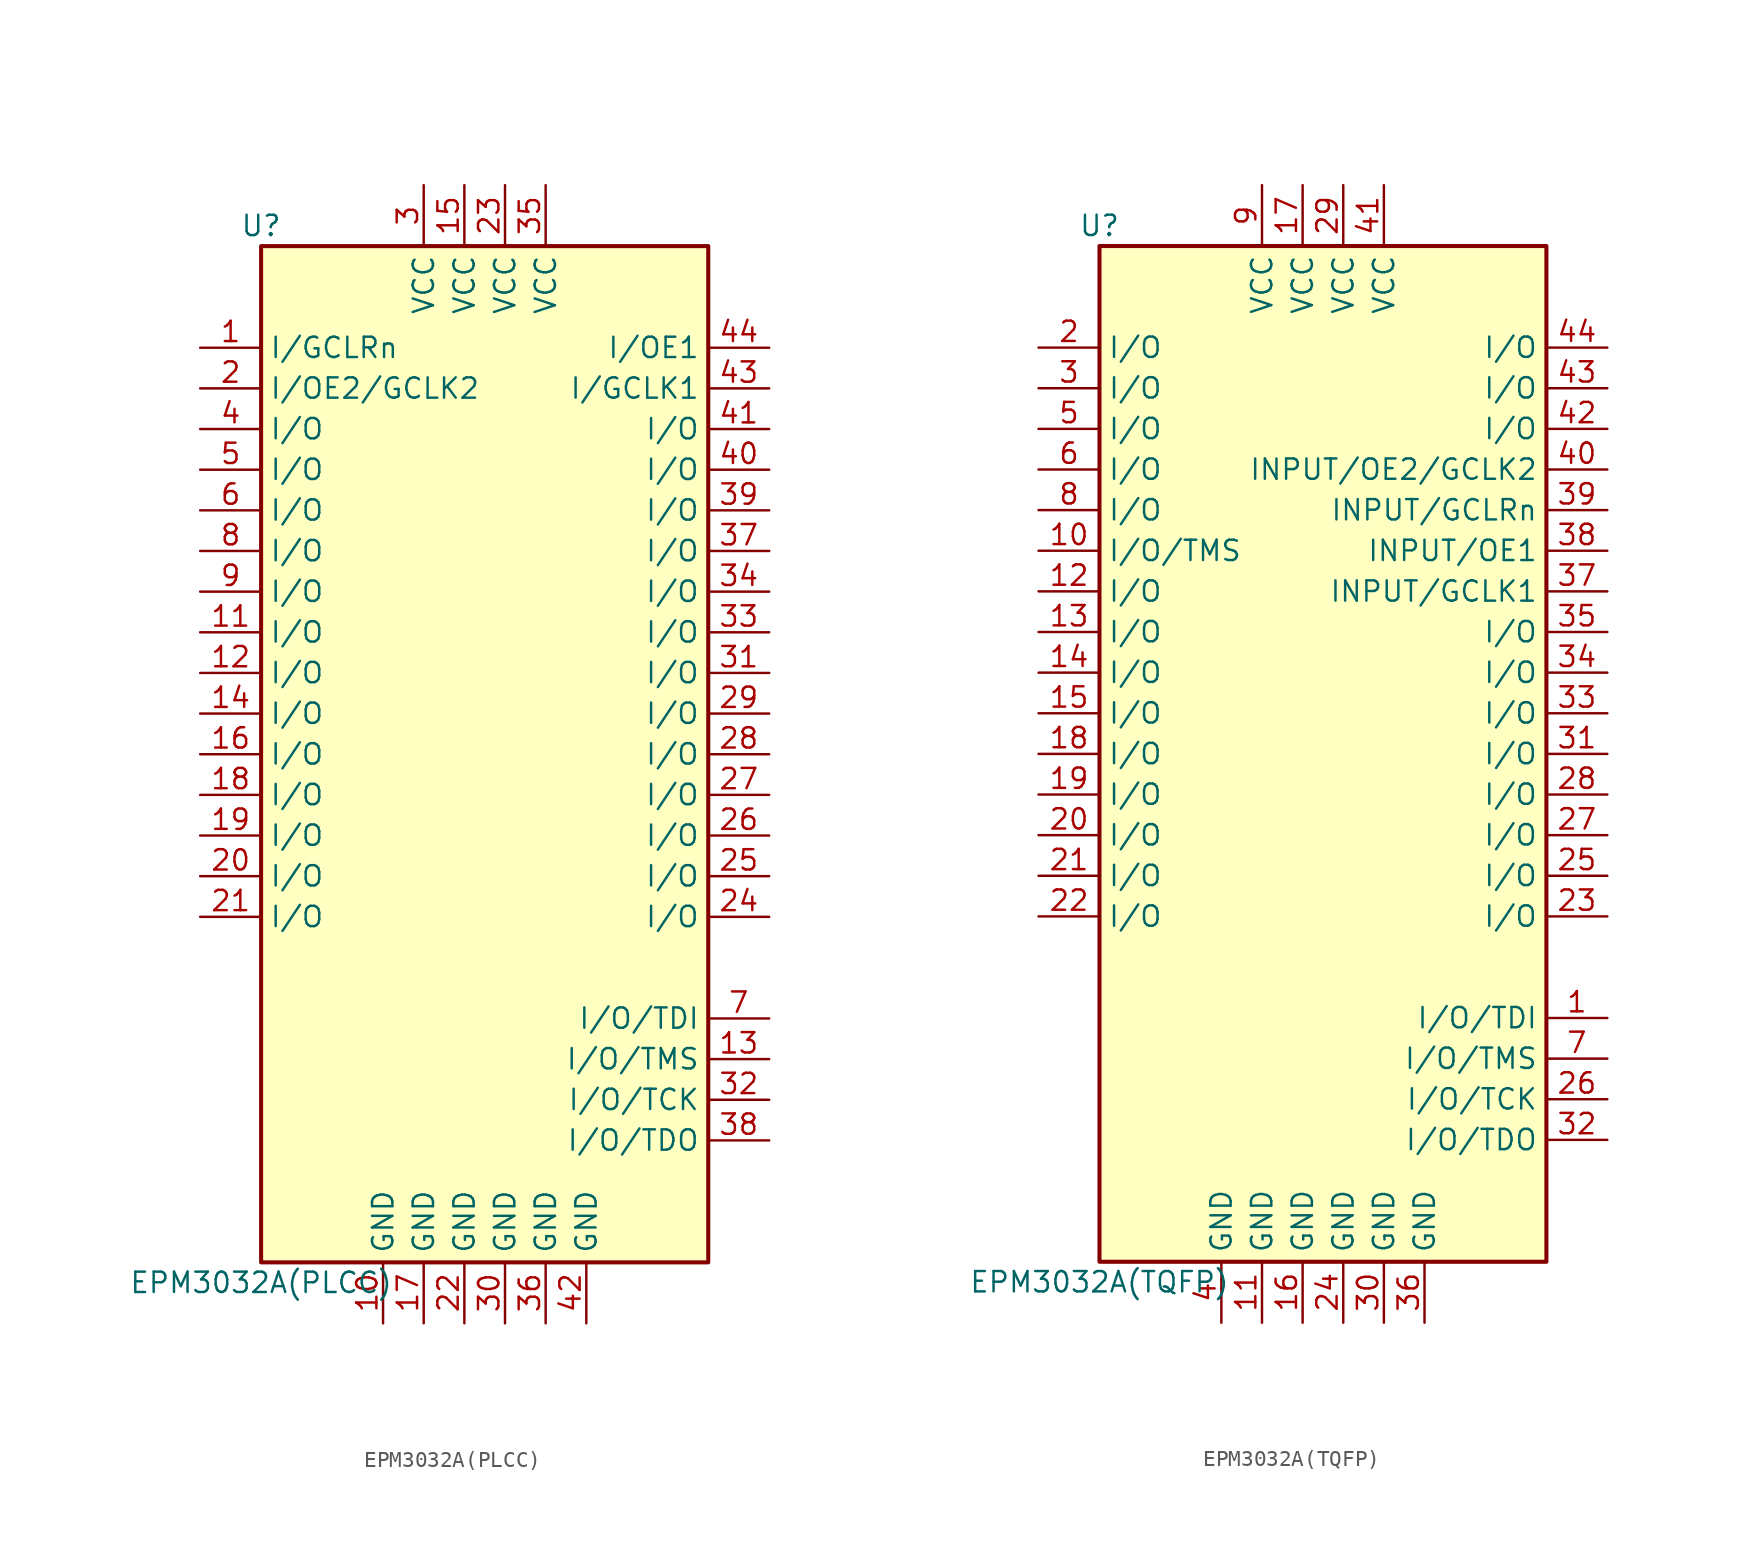
<source format=kicad_sym>
(kicad_symbol_lib
  (version 20211014)
  (generator kicad_symbol_editor)
  (symbol "EPM3032A(PLCC)"
    (property "Reference" "U"
      (at -13.97 33.02 0)
      (effects (font (size 1.27 1.27))))
    (property "Value" "EPM3032A(PLCC)"
      (at -13.97 -33.02 0)
      (effects (font (size 1.27 1.27))))
    (symbol "EPM3032A(PLCC)_1_1"
      (rectangle (start -13.97 31.75) (end 13.97 -31.75) (stroke (width 0.254) (type default) (color 0 0 0 0)) (fill (type background)))
      (pin input line (at -17.78 25.4 0) (length 3.81) (name "I/GCLRn" (effects (font (size 1.27 1.27)))) (number "1" (effects (font (size 1.27 1.27)))))
      (pin power_in line (at -6.35 -35.56 90) (length 3.81) (name "GND" (effects (font (size 1.27 1.27)))) (number "10" (effects (font (size 1.27 1.27)))))
      (pin bidirectional line (at -17.78 7.62 0) (length 3.81) (name "I/O" (effects (font (size 1.27 1.27)))) (number "11" (effects (font (size 1.27 1.27)))))
      (pin bidirectional line (at -17.78 5.08 0) (length 3.81) (name "I/O" (effects (font (size 1.27 1.27)))) (number "12" (effects (font (size 1.27 1.27)))))
      (pin bidirectional line (at 17.78 -19.05 180) (length 3.81) (name "I/O/TMS" (effects (font (size 1.27 1.27)))) (number "13" (effects (font (size 1.27 1.27)))))
      (pin bidirectional line (at -17.78 2.54 0) (length 3.81) (name "I/O" (effects (font (size 1.27 1.27)))) (number "14" (effects (font (size 1.27 1.27)))))
      (pin power_in line (at -1.27 35.56 270) (length 3.81) (name "VCC" (effects (font (size 1.27 1.27)))) (number "15" (effects (font (size 1.27 1.27)))))
      (pin bidirectional line (at -17.78 0 0) (length 3.81) (name "I/O" (effects (font (size 1.27 1.27)))) (number "16" (effects (font (size 1.27 1.27)))))
      (pin power_in line (at -3.81 -35.56 90) (length 3.81) (name "GND" (effects (font (size 1.27 1.27)))) (number "17" (effects (font (size 1.27 1.27)))))
      (pin bidirectional line (at -17.78 -2.54 0) (length 3.81) (name "I/O" (effects (font (size 1.27 1.27)))) (number "18" (effects (font (size 1.27 1.27)))))
      (pin bidirectional line (at -17.78 -5.08 0) (length 3.81) (name "I/O" (effects (font (size 1.27 1.27)))) (number "19" (effects (font (size 1.27 1.27)))))
      (pin input line (at -17.78 22.86 0) (length 3.81) (name "I/OE2/GCLK2" (effects (font (size 1.27 1.27)))) (number "2" (effects (font (size 1.27 1.27)))))
      (pin bidirectional line (at -17.78 -7.62 0) (length 3.81) (name "I/O" (effects (font (size 1.27 1.27)))) (number "20" (effects (font (size 1.27 1.27)))))
      (pin bidirectional line (at -17.78 -10.16 0) (length 3.81) (name "I/O" (effects (font (size 1.27 1.27)))) (number "21" (effects (font (size 1.27 1.27)))))
      (pin power_in line (at -1.27 -35.56 90) (length 3.81) (name "GND" (effects (font (size 1.27 1.27)))) (number "22" (effects (font (size 1.27 1.27)))))
      (pin power_in line (at 1.27 35.56 270) (length 3.81) (name "VCC" (effects (font (size 1.27 1.27)))) (number "23" (effects (font (size 1.27 1.27)))))
      (pin bidirectional line (at 17.78 -10.16 180) (length 3.81) (name "I/O" (effects (font (size 1.27 1.27)))) (number "24" (effects (font (size 1.27 1.27)))))
      (pin bidirectional line (at 17.78 -7.62 180) (length 3.81) (name "I/O" (effects (font (size 1.27 1.27)))) (number "25" (effects (font (size 1.27 1.27)))))
      (pin bidirectional line (at 17.78 -5.08 180) (length 3.81) (name "I/O" (effects (font (size 1.27 1.27)))) (number "26" (effects (font (size 1.27 1.27)))))
      (pin bidirectional line (at 17.78 -2.54 180) (length 3.81) (name "I/O" (effects (font (size 1.27 1.27)))) (number "27" (effects (font (size 1.27 1.27)))))
      (pin bidirectional line (at 17.78 0 180) (length 3.81) (name "I/O" (effects (font (size 1.27 1.27)))) (number "28" (effects (font (size 1.27 1.27)))))
      (pin bidirectional line (at 17.78 2.54 180) (length 3.81) (name "I/O" (effects (font (size 1.27 1.27)))) (number "29" (effects (font (size 1.27 1.27)))))
      (pin power_in line (at -3.81 35.56 270) (length 3.81) (name "VCC" (effects (font (size 1.27 1.27)))) (number "3" (effects (font (size 1.27 1.27)))))
      (pin power_in line (at 1.27 -35.56 90) (length 3.81) (name "GND" (effects (font (size 1.27 1.27)))) (number "30" (effects (font (size 1.27 1.27)))))
      (pin bidirectional line (at 17.78 5.08 180) (length 3.81) (name "I/O" (effects (font (size 1.27 1.27)))) (number "31" (effects (font (size 1.27 1.27)))))
      (pin bidirectional line (at 17.78 -21.59 180) (length 3.81) (name "I/O/TCK" (effects (font (size 1.27 1.27)))) (number "32" (effects (font (size 1.27 1.27)))))
      (pin bidirectional line (at 17.78 7.62 180) (length 3.81) (name "I/O" (effects (font (size 1.27 1.27)))) (number "33" (effects (font (size 1.27 1.27)))))
      (pin bidirectional line (at 17.78 10.16 180) (length 3.81) (name "I/O" (effects (font (size 1.27 1.27)))) (number "34" (effects (font (size 1.27 1.27)))))
      (pin power_in line (at 3.81 35.56 270) (length 3.81) (name "VCC" (effects (font (size 1.27 1.27)))) (number "35" (effects (font (size 1.27 1.27)))))
      (pin power_in line (at 3.81 -35.56 90) (length 3.81) (name "GND" (effects (font (size 1.27 1.27)))) (number "36" (effects (font (size 1.27 1.27)))))
      (pin bidirectional line (at 17.78 12.7 180) (length 3.81) (name "I/O" (effects (font (size 1.27 1.27)))) (number "37" (effects (font (size 1.27 1.27)))))
      (pin bidirectional line (at 17.78 -24.13 180) (length 3.81) (name "I/O/TDO" (effects (font (size 1.27 1.27)))) (number "38" (effects (font (size 1.27 1.27)))))
      (pin bidirectional line (at 17.78 15.24 180) (length 3.81) (name "I/O" (effects (font (size 1.27 1.27)))) (number "39" (effects (font (size 1.27 1.27)))))
      (pin bidirectional line (at -17.78 20.32 0) (length 3.81) (name "I/O" (effects (font (size 1.27 1.27)))) (number "4" (effects (font (size 1.27 1.27)))))
      (pin bidirectional line (at 17.78 17.78 180) (length 3.81) (name "I/O" (effects (font (size 1.27 1.27)))) (number "40" (effects (font (size 1.27 1.27)))))
      (pin bidirectional line (at 17.78 20.32 180) (length 3.81) (name "I/O" (effects (font (size 1.27 1.27)))) (number "41" (effects (font (size 1.27 1.27)))))
      (pin power_in line (at 6.35 -35.56 90) (length 3.81) (name "GND" (effects (font (size 1.27 1.27)))) (number "42" (effects (font (size 1.27 1.27)))))
      (pin input line (at 17.78 22.86 180) (length 3.81) (name "I/GCLK1" (effects (font (size 1.27 1.27)))) (number "43" (effects (font (size 1.27 1.27)))))
      (pin input line (at 17.78 25.4 180) (length 3.81) (name "I/OE1" (effects (font (size 1.27 1.27)))) (number "44" (effects (font (size 1.27 1.27)))))
      (pin bidirectional line (at -17.78 17.78 0) (length 3.81) (name "I/O" (effects (font (size 1.27 1.27)))) (number "5" (effects (font (size 1.27 1.27)))))
      (pin bidirectional line (at -17.78 15.24 0) (length 3.81) (name "I/O" (effects (font (size 1.27 1.27)))) (number "6" (effects (font (size 1.27 1.27)))))
      (pin bidirectional line (at 17.78 -16.51 180) (length 3.81) (name "I/O/TDI" (effects (font (size 1.27 1.27)))) (number "7" (effects (font (size 1.27 1.27)))))
      (pin bidirectional line (at -17.78 12.7 0) (length 3.81) (name "I/O" (effects (font (size 1.27 1.27)))) (number "8" (effects (font (size 1.27 1.27)))))
      (pin bidirectional line (at -17.78 10.16 0) (length 3.81) (name "I/O" (effects (font (size 1.27 1.27)))) (number "9" (effects (font (size 1.27 1.27)))))))
  (symbol "EPM3032A(TQFP)"
    (property "Reference" "U"
      (at -13.97 33.02 0)
      (effects (font (size 1.27 1.27))))
    (property "Value" "EPM3032A(TQFP)"
      (at -13.97 -33.02 0)
      (effects (font (size 1.27 1.27))))
    (symbol "EPM3032A(TQFP)_1_1"
      (rectangle (start -13.97 31.75) (end 13.97 -31.75) (stroke (width 0.254) (type default) (color 0 0 0 0)) (fill (type background)))
      (pin bidirectional line (at 17.78 -16.51 180) (length 3.81) (name "I/O/TDI" (effects (font (size 1.27 1.27)))) (number "1" (effects (font (size 1.27 1.27)))))
      (pin bidirectional line (at -17.78 12.7 0) (length 3.81) (name "I/O/TMS" (effects (font (size 1.27 1.27)))) (number "10" (effects (font (size 1.27 1.27)))))
      (pin power_in line (at -3.81 -35.56 90) (length 3.81) (name "GND" (effects (font (size 1.27 1.27)))) (number "11" (effects (font (size 1.27 1.27)))))
      (pin bidirectional line (at -17.78 10.16 0) (length 3.81) (name "I/O" (effects (font (size 1.27 1.27)))) (number "12" (effects (font (size 1.27 1.27)))))
      (pin bidirectional line (at -17.78 7.62 0) (length 3.81) (name "I/O" (effects (font (size 1.27 1.27)))) (number "13" (effects (font (size 1.27 1.27)))))
      (pin bidirectional line (at -17.78 5.08 0) (length 3.81) (name "I/O" (effects (font (size 1.27 1.27)))) (number "14" (effects (font (size 1.27 1.27)))))
      (pin bidirectional line (at -17.78 2.54 0) (length 3.81) (name "I/O" (effects (font (size 1.27 1.27)))) (number "15" (effects (font (size 1.27 1.27)))))
      (pin power_in line (at -1.27 -35.56 90) (length 3.81) (name "GND" (effects (font (size 1.27 1.27)))) (number "16" (effects (font (size 1.27 1.27)))))
      (pin power_in line (at -1.27 35.56 270) (length 3.81) (name "VCC" (effects (font (size 1.27 1.27)))) (number "17" (effects (font (size 1.27 1.27)))))
      (pin bidirectional line (at -17.78 0 0) (length 3.81) (name "I/O" (effects (font (size 1.27 1.27)))) (number "18" (effects (font (size 1.27 1.27)))))
      (pin bidirectional line (at -17.78 -2.54 0) (length 3.81) (name "I/O" (effects (font (size 1.27 1.27)))) (number "19" (effects (font (size 1.27 1.27)))))
      (pin bidirectional line (at -17.78 25.4 0) (length 3.81) (name "I/O" (effects (font (size 1.27 1.27)))) (number "2" (effects (font (size 1.27 1.27)))))
      (pin bidirectional line (at -17.78 -5.08 0) (length 3.81) (name "I/O" (effects (font (size 1.27 1.27)))) (number "20" (effects (font (size 1.27 1.27)))))
      (pin bidirectional line (at -17.78 -7.62 0) (length 3.81) (name "I/O" (effects (font (size 1.27 1.27)))) (number "21" (effects (font (size 1.27 1.27)))))
      (pin bidirectional line (at -17.78 -10.16 0) (length 3.81) (name "I/O" (effects (font (size 1.27 1.27)))) (number "22" (effects (font (size 1.27 1.27)))))
      (pin bidirectional line (at 17.78 -10.16 180) (length 3.81) (name "I/O" (effects (font (size 1.27 1.27)))) (number "23" (effects (font (size 1.27 1.27)))))
      (pin power_in line (at 1.27 -35.56 90) (length 3.81) (name "GND" (effects (font (size 1.27 1.27)))) (number "24" (effects (font (size 1.27 1.27)))))
      (pin bidirectional line (at 17.78 -7.62 180) (length 3.81) (name "I/O" (effects (font (size 1.27 1.27)))) (number "25" (effects (font (size 1.27 1.27)))))
      (pin bidirectional line (at 17.78 -21.59 180) (length 3.81) (name "I/O/TCK" (effects (font (size 1.27 1.27)))) (number "26" (effects (font (size 1.27 1.27)))))
      (pin bidirectional line (at 17.78 -5.08 180) (length 3.81) (name "I/O" (effects (font (size 1.27 1.27)))) (number "27" (effects (font (size 1.27 1.27)))))
      (pin bidirectional line (at 17.78 -2.54 180) (length 3.81) (name "I/O" (effects (font (size 1.27 1.27)))) (number "28" (effects (font (size 1.27 1.27)))))
      (pin power_in line (at 1.27 35.56 270) (length 3.81) (name "VCC" (effects (font (size 1.27 1.27)))) (number "29" (effects (font (size 1.27 1.27)))))
      (pin bidirectional line (at -17.78 22.86 0) (length 3.81) (name "I/O" (effects (font (size 1.27 1.27)))) (number "3" (effects (font (size 1.27 1.27)))))
      (pin power_in line (at 3.81 -35.56 90) (length 3.81) (name "GND" (effects (font (size 1.27 1.27)))) (number "30" (effects (font (size 1.27 1.27)))))
      (pin bidirectional line (at 17.78 0 180) (length 3.81) (name "I/O" (effects (font (size 1.27 1.27)))) (number "31" (effects (font (size 1.27 1.27)))))
      (pin bidirectional line (at 17.78 -24.13 180) (length 3.81) (name "I/O/TDO" (effects (font (size 1.27 1.27)))) (number "32" (effects (font (size 1.27 1.27)))))
      (pin bidirectional line (at 17.78 2.54 180) (length 3.81) (name "I/O" (effects (font (size 1.27 1.27)))) (number "33" (effects (font (size 1.27 1.27)))))
      (pin bidirectional line (at 17.78 5.08 180) (length 3.81) (name "I/O" (effects (font (size 1.27 1.27)))) (number "34" (effects (font (size 1.27 1.27)))))
      (pin bidirectional line (at 17.78 7.62 180) (length 3.81) (name "I/O" (effects (font (size 1.27 1.27)))) (number "35" (effects (font (size 1.27 1.27)))))
      (pin power_in line (at 6.35 -35.56 90) (length 3.81) (name "GND" (effects (font (size 1.27 1.27)))) (number "36" (effects (font (size 1.27 1.27)))))
      (pin input line (at 17.78 10.16 180) (length 3.81) (name "INPUT/GCLK1" (effects (font (size 1.27 1.27)))) (number "37" (effects (font (size 1.27 1.27)))))
      (pin input line (at 17.78 12.7 180) (length 3.81) (name "INPUT/OE1" (effects (font (size 1.27 1.27)))) (number "38" (effects (font (size 1.27 1.27)))))
      (pin input line (at 17.78 15.24 180) (length 3.81) (name "INPUT/GCLRn" (effects (font (size 1.27 1.27)))) (number "39" (effects (font (size 1.27 1.27)))))
      (pin power_in line (at -6.35 -35.56 90) (length 3.81) (name "GND" (effects (font (size 1.27 1.27)))) (number "4" (effects (font (size 1.27 1.27)))))
      (pin input line (at 17.78 17.78 180) (length 3.81) (name "INPUT/OE2/GCLK2" (effects (font (size 1.27 1.27)))) (number "40" (effects (font (size 1.27 1.27)))))
      (pin power_in line (at 3.81 35.56 270) (length 3.81) (name "VCC" (effects (font (size 1.27 1.27)))) (number "41" (effects (font (size 1.27 1.27)))))
      (pin bidirectional line (at 17.78 20.32 180) (length 3.81) (name "I/O" (effects (font (size 1.27 1.27)))) (number "42" (effects (font (size 1.27 1.27)))))
      (pin bidirectional line (at 17.78 22.86 180) (length 3.81) (name "I/O" (effects (font (size 1.27 1.27)))) (number "43" (effects (font (size 1.27 1.27)))))
      (pin bidirectional line (at 17.78 25.4 180) (length 3.81) (name "I/O" (effects (font (size 1.27 1.27)))) (number "44" (effects (font (size 1.27 1.27)))))
      (pin bidirectional line (at -17.78 20.32 0) (length 3.81) (name "I/O" (effects (font (size 1.27 1.27)))) (number "5" (effects (font (size 1.27 1.27)))))
      (pin bidirectional line (at -17.78 17.78 0) (length 3.81) (name "I/O" (effects (font (size 1.27 1.27)))) (number "6" (effects (font (size 1.27 1.27)))))
      (pin bidirectional line (at 17.78 -19.05 180) (length 3.81) (name "I/O/TMS" (effects (font (size 1.27 1.27)))) (number "7" (effects (font (size 1.27 1.27)))))
      (pin bidirectional line (at -17.78 15.24 0) (length 3.81) (name "I/O" (effects (font (size 1.27 1.27)))) (number "8" (effects (font (size 1.27 1.27)))))
      (pin power_in line (at -3.81 35.56 270) (length 3.81) (name "VCC" (effects (font (size 1.27 1.27)))) (number "9" (effects (font (size 1.27 1.27))))))))
</source>
